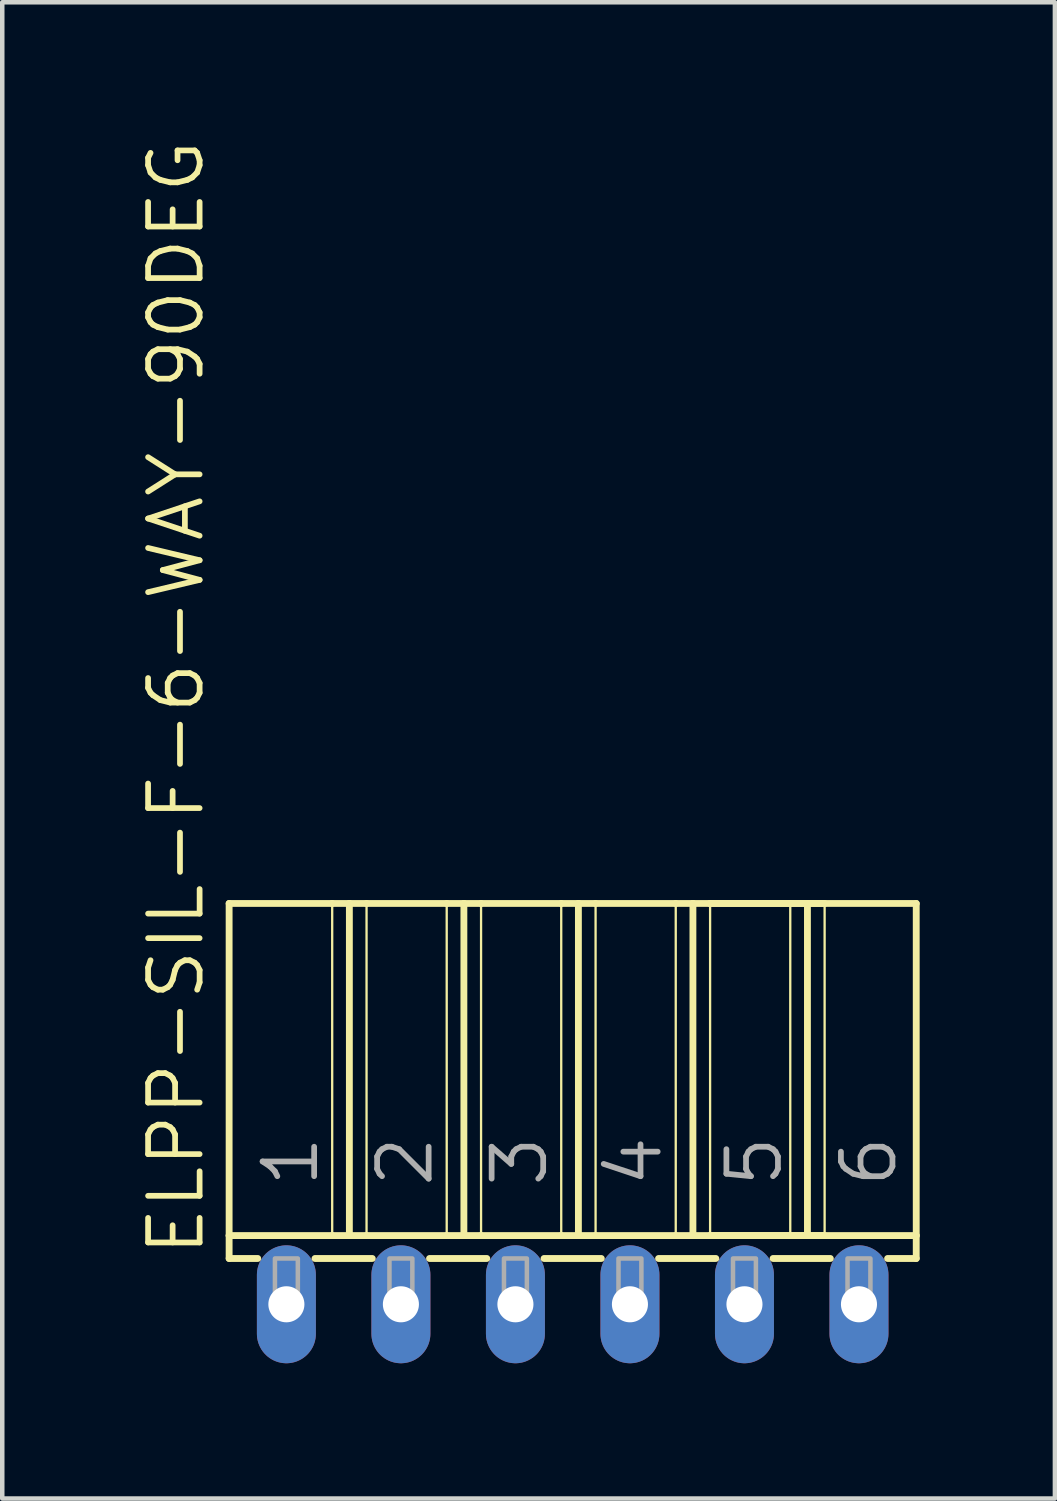
<source format=kicad_pcb>
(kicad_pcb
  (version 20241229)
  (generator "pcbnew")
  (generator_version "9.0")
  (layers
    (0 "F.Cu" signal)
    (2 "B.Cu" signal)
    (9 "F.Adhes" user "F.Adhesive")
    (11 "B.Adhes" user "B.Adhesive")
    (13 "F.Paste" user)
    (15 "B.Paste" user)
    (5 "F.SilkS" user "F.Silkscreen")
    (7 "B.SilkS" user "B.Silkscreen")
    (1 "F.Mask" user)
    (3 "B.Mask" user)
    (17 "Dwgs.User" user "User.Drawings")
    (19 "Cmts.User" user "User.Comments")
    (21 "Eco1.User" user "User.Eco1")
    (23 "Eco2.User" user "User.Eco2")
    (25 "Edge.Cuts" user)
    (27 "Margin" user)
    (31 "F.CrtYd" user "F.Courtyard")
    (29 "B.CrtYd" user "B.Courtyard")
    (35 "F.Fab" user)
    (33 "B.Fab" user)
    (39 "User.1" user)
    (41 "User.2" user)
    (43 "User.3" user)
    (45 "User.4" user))
  (footprint "ELPP-SIL-F-6-WAY-90DEG"
    (layer "F.Cu")
    (at 9.652 25.879)
    (property "Reference" "ELPP-SIL-F-6-WAY-90DEG" (at -8.128 -1.016 90) (unlocked yes) (layer "F.SilkS") (effects (font (size 1.143 1.143) (thickness 0.127)) (justify left bottom)))
    (fp_line (start -7.62 -8.89) (end -5.334 -8.89) (stroke (width 0.152) (type solid)) (layer "F.SilkS"))
    (fp_line (start -7.62 -1.524) (end -7.62 -8.89) (stroke (width 0.152) (type solid)) (layer "F.SilkS"))
    (fp_line (start -7.62 -1.524) (end -5.334 -1.524) (stroke (width 0.152) (type solid)) (layer "F.SilkS"))
    (fp_line (start -7.62 -1.016) (end -7.62 -1.524) (stroke (width 0.152) (type solid)) (layer "F.SilkS"))
    (fp_line (start -7.62 -1.016) (end -6.985 -1.016) (stroke (width 0.152) (type solid)) (layer "F.SilkS"))
    (fp_line (start -5.715 -1.016) (end -4.445 -1.016) (stroke (width 0.152) (type solid)) (layer "F.SilkS"))
    (fp_line (start -5.334 -8.89) (end -5.334 -1.524) (stroke (width 0.051) (type solid)) (layer "F.SilkS"))
    (fp_line (start -5.334 -8.89) (end -4.953 -8.89) (stroke (width 0.152) (type solid)) (layer "F.SilkS"))
    (fp_line (start -5.334 -1.524) (end -4.953 -1.524) (stroke (width 0.152) (type solid)) (layer "F.SilkS"))
    (fp_line (start -4.953 -8.89) (end -4.953 -1.524) (stroke (width 0.152) (type solid)) (layer "F.SilkS"))
    (fp_line (start -4.953 -8.89) (end -4.572 -8.89) (stroke (width 0.152) (type solid)) (layer "F.SilkS"))
    (fp_line (start -4.953 -1.524) (end -4.572 -1.524) (stroke (width 0.152) (type solid)) (layer "F.SilkS"))
    (fp_line (start -4.572 -8.89) (end -4.572 -1.524) (stroke (width 0.051) (type solid)) (layer "F.SilkS"))
    (fp_line (start -4.572 -8.89) (end -2.794 -8.89) (stroke (width 0.152) (type solid)) (layer "F.SilkS"))
    (fp_line (start -4.572 -1.524) (end -2.794 -1.524) (stroke (width 0.152) (type solid)) (layer "F.SilkS"))
    (fp_line (start -3.175 -1.016) (end -1.905 -1.016) (stroke (width 0.152) (type solid)) (layer "F.SilkS"))
    (fp_line (start -2.794 -8.89) (end -2.794 -1.524) (stroke (width 0.051) (type solid)) (layer "F.SilkS"))
    (fp_line (start -2.794 -8.89) (end -2.413 -8.89) (stroke (width 0.152) (type solid)) (layer "F.SilkS"))
    (fp_line (start -2.794 -1.524) (end -2.413 -1.524) (stroke (width 0.152) (type solid)) (layer "F.SilkS"))
    (fp_line (start -2.413 -8.89) (end -2.413 -1.524) (stroke (width 0.152) (type solid)) (layer "F.SilkS"))
    (fp_line (start -2.413 -8.89) (end -2.032 -8.89) (stroke (width 0.152) (type solid)) (layer "F.SilkS"))
    (fp_line (start -2.413 -1.524) (end -2.032 -1.524) (stroke (width 0.152) (type solid)) (layer "F.SilkS"))
    (fp_line (start -2.032 -8.89) (end -2.032 -1.524) (stroke (width 0.051) (type solid)) (layer "F.SilkS"))
    (fp_line (start -2.032 -8.89) (end -0.254 -8.89) (stroke (width 0.152) (type solid)) (layer "F.SilkS"))
    (fp_line (start -2.032 -1.524) (end -0.254 -1.524) (stroke (width 0.152) (type solid)) (layer "F.SilkS"))
    (fp_line (start -0.635 -1.016) (end 0.635 -1.016) (stroke (width 0.152) (type solid)) (layer "F.SilkS"))
    (fp_line (start -0.254 -8.89) (end -0.254 -1.524) (stroke (width 0.051) (type solid)) (layer "F.SilkS"))
    (fp_line (start -0.254 -8.89) (end 0.127 -8.89) (stroke (width 0.152) (type solid)) (layer "F.SilkS"))
    (fp_line (start -0.254 -1.524) (end 0.127 -1.524) (stroke (width 0.152) (type solid)) (layer "F.SilkS"))
    (fp_line (start 0.127 -8.89) (end 0.127 -1.524) (stroke (width 0.152) (type solid)) (layer "F.SilkS"))
    (fp_line (start 0.127 -8.89) (end 0.508 -8.89) (stroke (width 0.152) (type solid)) (layer "F.SilkS"))
    (fp_line (start 0.127 -1.524) (end 0.508 -1.524) (stroke (width 0.152) (type solid)) (layer "F.SilkS"))
    (fp_line (start 0.508 -8.89) (end 0.508 -1.524) (stroke (width 0.051) (type solid)) (layer "F.SilkS"))
    (fp_line (start 0.508 -8.89) (end 2.286 -8.89) (stroke (width 0.152) (type solid)) (layer "F.SilkS"))
    (fp_line (start 0.508 -1.524) (end 2.286 -1.524) (stroke (width 0.152) (type solid)) (layer "F.SilkS"))
    (fp_line (start 1.905 -1.016) (end 3.175 -1.016) (stroke (width 0.152) (type solid)) (layer "F.SilkS"))
    (fp_line (start 2.286 -8.89) (end 2.286 -1.524) (stroke (width 0.051) (type solid)) (layer "F.SilkS"))
    (fp_line (start 2.286 -8.89) (end 2.667 -8.89) (stroke (width 0.152) (type solid)) (layer "F.SilkS"))
    (fp_line (start 2.286 -1.524) (end 2.667 -1.524) (stroke (width 0.152) (type solid)) (layer "F.SilkS"))
    (fp_line (start 2.667 -8.89) (end 2.667 -1.524) (stroke (width 0.152) (type solid)) (layer "F.SilkS"))
    (fp_line (start 2.667 -8.89) (end 3.048 -8.89) (stroke (width 0.152) (type solid)) (layer "F.SilkS"))
    (fp_line (start 2.667 -1.524) (end 3.048 -1.524) (stroke (width 0.152) (type solid)) (layer "F.SilkS"))
    (fp_line (start 3.048 -8.89) (end 3.048 -1.524) (stroke (width 0.051) (type solid)) (layer "F.SilkS"))
    (fp_line (start 3.048 -8.89) (end 4.826 -8.89) (stroke (width 0.152) (type solid)) (layer "F.SilkS"))
    (fp_line (start 3.048 -8.89) (end 7.62 -8.89) (stroke (width 0.152) (type solid)) (layer "F.SilkS"))
    (fp_line (start 3.048 -1.524) (end 4.826 -1.524) (stroke (width 0.152) (type solid)) (layer "F.SilkS"))
    (fp_line (start 3.048 -1.524) (end 7.62 -1.524) (stroke (width 0.152) (type solid)) (layer "F.SilkS"))
    (fp_line (start 4.445 -1.016) (end 5.715 -1.016) (stroke (width 0.152) (type solid)) (layer "F.SilkS"))
    (fp_line (start 4.826 -8.89) (end 4.826 -1.524) (stroke (width 0.051) (type solid)) (layer "F.SilkS"))
    (fp_line (start 4.826 -8.89) (end 5.207 -8.89) (stroke (width 0.152) (type solid)) (layer "F.SilkS"))
    (fp_line (start 4.826 -1.524) (end 5.207 -1.524) (stroke (width 0.152) (type solid)) (layer "F.SilkS"))
    (fp_line (start 5.207 -8.89) (end 5.207 -1.524) (stroke (width 0.152) (type solid)) (layer "F.SilkS"))
    (fp_line (start 5.207 -8.89) (end 5.588 -8.89) (stroke (width 0.152) (type solid)) (layer "F.SilkS"))
    (fp_line (start 5.207 -1.524) (end 5.588 -1.524) (stroke (width 0.152) (type solid)) (layer "F.SilkS"))
    (fp_line (start 5.588 -8.89) (end 5.588 -1.524) (stroke (width 0.051) (type solid)) (layer "F.SilkS"))
    (fp_line (start 7.62 -8.89) (end 7.62 -1.524) (stroke (width 0.152) (type solid)) (layer "F.SilkS"))
    (fp_line (start 7.62 -1.524) (end 7.62 -1.016) (stroke (width 0.152) (type solid)) (layer "F.SilkS"))
    (fp_line (start 7.62 -1.016) (end 6.985 -1.016) (stroke (width 0.152) (type solid)) (layer "F.SilkS"))
    (fp_poly (pts (xy -6.604 0) (xy -6.096 0) (xy -6.096 -1.016) (xy -6.604 -1.016)) (stroke (width 0.1) (type default)) (fill no) (layer "F.Fab"))
    (fp_poly (pts (xy -4.064 0) (xy -3.556 0) (xy -3.556 -1.016) (xy -4.064 -1.016)) (stroke (width 0.1) (type default)) (fill no) (layer "F.Fab"))
    (fp_poly (pts (xy -1.524 0) (xy -1.016 0) (xy -1.016 -1.016) (xy -1.524 -1.016)) (stroke (width 0.1) (type default)) (fill no) (layer "F.Fab"))
    (fp_poly (pts (xy 1.016 0) (xy 1.524 0) (xy 1.524 -1.016) (xy 1.016 -1.016)) (stroke (width 0.1) (type default)) (fill no) (layer "F.Fab"))
    (fp_poly (pts (xy 3.556 0) (xy 4.064 0) (xy 4.064 -1.016) (xy 3.556 -1.016)) (stroke (width 0.1) (type default)) (fill no) (layer "F.Fab"))
    (fp_poly (pts (xy 6.096 0) (xy 6.604 0) (xy 6.604 -1.016) (xy 6.096 -1.016)) (stroke (width 0.1) (type default)) (fill no) (layer "F.Fab"))
    (fp_text user "4" (at 2.032 -2.54 90) (layer "F.Fab") (effects (font (size 1.143 1.143) (thickness 0.127)) (justify left bottom)))
    (fp_text user "6" (at 7.239 -2.54 90) (layer "F.Fab") (effects (font (size 1.143 1.143) (thickness 0.127)) (justify left bottom)))
    (fp_text user "1" (at -5.588 -2.54 90) (layer "F.Fab") (effects (font (size 1.143 1.143) (thickness 0.127)) (justify left bottom)))
    (fp_text user "2" (at -3.048 -2.54 90) (layer "F.Fab") (effects (font (size 1.143 1.143) (thickness 0.127)) (justify left bottom)))
    (fp_text user "3" (at -0.508 -2.54 90) (layer "F.Fab") (effects (font (size 1.143 1.143) (thickness 0.127)) (justify left bottom)))
    (fp_text user "5" (at 4.699 -2.54 90) (layer "F.Fab") (effects (font (size 1.143 1.143) (thickness 0.127)) (justify left bottom)))
    (pad "1" thru_hole oval (at -6.35 0 90) (size 2.616 1.308) (drill 0.8) (layers "*.Cu" "*.Mask"))
    (pad "2" thru_hole oval (at -3.81 0 90) (size 2.616 1.308) (drill 0.8) (layers "*.Cu" "*.Mask"))
    (pad "3" thru_hole oval (at -1.27 0 90) (size 2.616 1.308) (drill 0.8) (layers "*.Cu" "*.Mask"))
    (pad "4" thru_hole oval (at 1.27 0 90) (size 2.616 1.308) (drill 0.8) (layers "*.Cu" "*.Mask"))
    (pad "5" thru_hole oval (at 3.81 0 90) (size 2.616 1.308) (drill 0.8) (layers "*.Cu" "*.Mask"))
    (pad "6" thru_hole oval (at 6.35 0 90) (size 2.616 1.308) (drill 0.8) (layers "*.Cu" "*.Mask")))
  (gr_rect
    (start -3 -3)
    (end 20.348 30.187)
    (stroke (width 0.1) (type default))
    (fill no)
    (layer "Edge.Cuts")))
</source>
